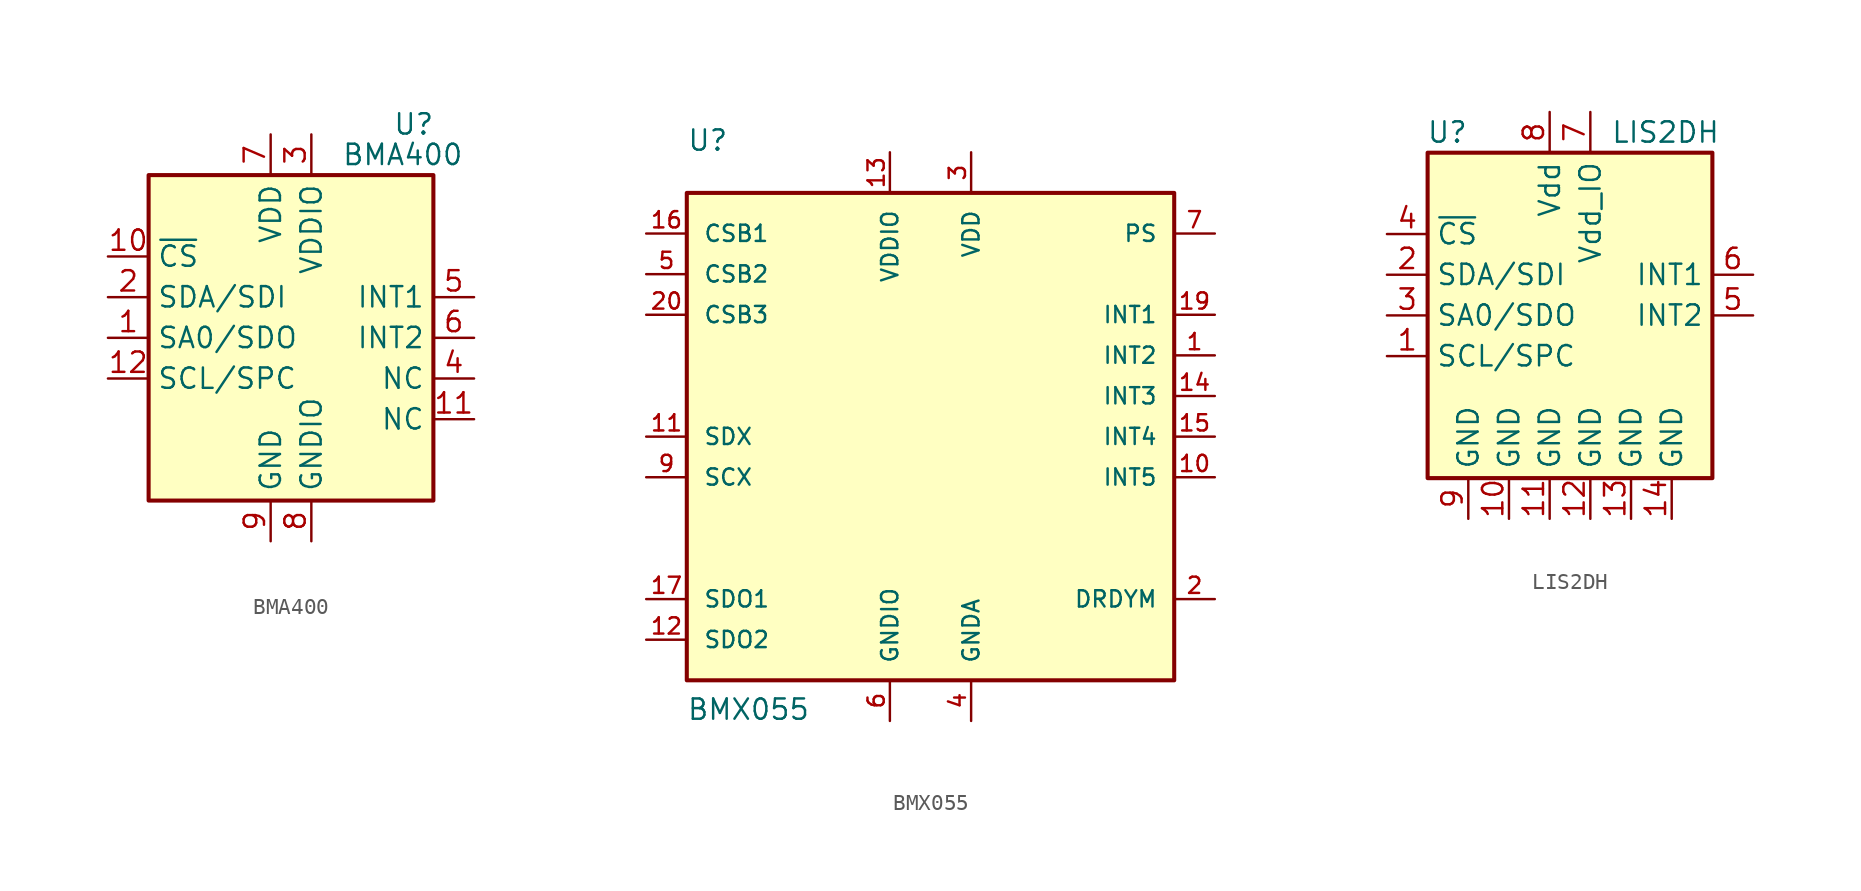
<source format=kicad_sym>
(kicad_symbol_lib
  (version 20211014)
  (generator kicad_symbol_editor)
  (symbol "BMA400"
    (property "Reference" "U"
      (at 6.35 13.335 0)
      (effects (font (size 1.27 1.27)) (justify left)))
    (property "Value" "BMA400"
      (at 10.795 11.43 0)
      (effects (font (size 1.27 1.27)) (justify right)))
    (symbol "BMA400_1_1"
      (rectangle (start -8.89 10.16) (end 8.89 -10.16) (stroke (width 0.254) (type default) (color 0 0 0 0)) (fill (type background)))
      (pin bidirectional line (at -11.43 0 0) (length 2.54) (name "SA0/SDO" (effects (font (size 1.27 1.27)))) (number "1" (effects (font (size 1.27 1.27)))))
      (pin input line (at -11.43 5.08 0) (length 2.54) (name "~{CS}" (effects (font (size 1.27 1.27)))) (number "10" (effects (font (size 1.27 1.27)))))
      (pin passive line (at 11.43 -5.08 180) (length 2.54) (name "NC" (effects (font (size 1.27 1.27)))) (number "11" (effects (font (size 1.27 1.27)))))
      (pin input line (at -11.43 -2.54 0) (length 2.54) (name "SCL/SPC" (effects (font (size 1.27 1.27)))) (number "12" (effects (font (size 1.27 1.27)))))
      (pin bidirectional line (at -11.43 2.54 0) (length 2.54) (name "SDA/SDI" (effects (font (size 1.27 1.27)))) (number "2" (effects (font (size 1.27 1.27)))))
      (pin power_in line (at 1.27 12.7 270) (length 2.54) (name "VDDIO" (effects (font (size 1.27 1.27)))) (number "3" (effects (font (size 1.27 1.27)))))
      (pin passive line (at 11.43 -2.54 180) (length 2.54) (name "NC" (effects (font (size 1.27 1.27)))) (number "4" (effects (font (size 1.27 1.27)))))
      (pin output line (at 11.43 2.54 180) (length 2.54) (name "INT1" (effects (font (size 1.27 1.27)))) (number "5" (effects (font (size 1.27 1.27)))))
      (pin output line (at 11.43 0 180) (length 2.54) (name "INT2" (effects (font (size 1.27 1.27)))) (number "6" (effects (font (size 1.27 1.27)))))
      (pin power_in line (at -1.27 12.7 270) (length 2.54) (name "VDD" (effects (font (size 1.27 1.27)))) (number "7" (effects (font (size 1.27 1.27)))))
      (pin power_in line (at 1.27 -12.7 90) (length 2.54) (name "GNDIO" (effects (font (size 1.27 1.27)))) (number "8" (effects (font (size 1.27 1.27)))))
      (pin power_in line (at -1.27 -12.7 90) (length 2.54) (name "GND" (effects (font (size 1.27 1.27)))) (number "9" (effects (font (size 1.27 1.27)))))))
  (symbol "BMX055"
    (pin_names
      (offset 1.016))
    (property "Reference" "U"
      (at -15.24 17.78 0)
      (effects (font (size 1.27 1.27)) (justify left bottom)))
    (property "Value" "BMX055"
      (at -15.265 -17.805 0)
      (effects (font (size 1.27 1.27)) (justify left bottom)))
    (symbol "BMX055_0_0"
      (rectangle (start -15.24 -15.24) (end 15.24 15.24) (stroke (width 0.254) (type default) (color 0 0 0 0)) (fill (type background)))
      (pin bidirectional line (at 17.78 5.08 180) (length 2.54) (name "INT2" (effects (font (size 1.016 1.016)))) (number "1" (effects (font (size 1.016 1.016)))))
      (pin bidirectional line (at 17.78 -2.54 180) (length 2.54) (name "INT5" (effects (font (size 1.016 1.016)))) (number "10" (effects (font (size 1.016 1.016)))))
      (pin bidirectional line (at -17.78 0 0) (length 2.54) (name "SDX" (effects (font (size 1.016 1.016)))) (number "11" (effects (font (size 1.016 1.016)))))
      (pin bidirectional line (at -17.78 -12.7 0) (length 2.54) (name "SDO2" (effects (font (size 1.016 1.016)))) (number "12" (effects (font (size 1.016 1.016)))))
      (pin bidirectional line (at -2.54 17.78 270) (length 2.54) (name "VDDIO" (effects (font (size 1.016 1.016)))) (number "13" (effects (font (size 1.016 1.016)))))
      (pin bidirectional line (at 17.78 2.54 180) (length 2.54) (name "INT3" (effects (font (size 1.016 1.016)))) (number "14" (effects (font (size 1.016 1.016)))))
      (pin bidirectional line (at 17.78 0 180) (length 2.54) (name "INT4" (effects (font (size 1.016 1.016)))) (number "15" (effects (font (size 1.016 1.016)))))
      (pin bidirectional line (at -17.78 12.7 0) (length 2.54) (name "CSB1" (effects (font (size 1.016 1.016)))) (number "16" (effects (font (size 1.016 1.016)))))
      (pin bidirectional line (at -17.78 -10.16 0) (length 2.54) (name "SDO1" (effects (font (size 1.016 1.016)))) (number "17" (effects (font (size 1.016 1.016)))))
      (pin bidirectional line (at 17.78 7.62 180) (length 2.54) (name "INT1" (effects (font (size 1.016 1.016)))) (number "19" (effects (font (size 1.016 1.016)))))
      (pin bidirectional line (at 17.78 -10.16 180) (length 2.54) (name "DRDYM" (effects (font (size 1.016 1.016)))) (number "2" (effects (font (size 1.016 1.016)))))
      (pin bidirectional line (at -17.78 7.62 0) (length 2.54) (name "CSB3" (effects (font (size 1.016 1.016)))) (number "20" (effects (font (size 1.016 1.016)))))
      (pin bidirectional line (at 2.54 17.78 270) (length 2.54) (name "VDD" (effects (font (size 1.016 1.016)))) (number "3" (effects (font (size 1.016 1.016)))))
      (pin bidirectional line (at 2.54 -17.78 90) (length 2.54) (name "GNDA" (effects (font (size 1.016 1.016)))) (number "4" (effects (font (size 1.016 1.016)))))
      (pin bidirectional line (at -17.78 10.16 0) (length 2.54) (name "CSB2" (effects (font (size 1.016 1.016)))) (number "5" (effects (font (size 1.016 1.016)))))
      (pin bidirectional line (at -2.54 -17.78 90) (length 2.54) (name "GNDIO" (effects (font (size 1.016 1.016)))) (number "6" (effects (font (size 1.016 1.016)))))
      (pin bidirectional line (at 17.78 12.7 180) (length 2.54) (name "PS" (effects (font (size 1.016 1.016)))) (number "7" (effects (font (size 1.016 1.016)))))
      (pin bidirectional line (at -17.78 -2.54 0) (length 2.54) (name "SCX" (effects (font (size 1.016 1.016)))) (number "9" (effects (font (size 1.016 1.016)))))))
  (symbol "LIS2DH"
    (property "Reference" "U"
      (at -5.08 11.43 0)
      (effects (font (size 1.27 1.27)) (justify right)))
    (property "Value" "LIS2DH"
      (at 3.81 11.43 0)
      (effects (font (size 1.27 1.27)) (justify left)))
    (symbol "LIS2DH_0_1"
      (rectangle (start -7.62 10.16) (end 10.16 -10.16) (stroke (width 0.254) (type default) (color 0 0 0 0)) (fill (type background))))
    (symbol "LIS2DH_1_1"
      (pin input line (at -10.16 -2.54 0) (length 2.54) (name "SCL/SPC" (effects (font (size 1.27 1.27)))) (number "1" (effects (font (size 1.27 1.27)))))
      (pin power_in line (at -2.54 -12.7 90) (length 2.54) (name "GND" (effects (font (size 1.27 1.27)))) (number "10" (effects (font (size 1.27 1.27)))))
      (pin power_in line (at 0 -12.7 90) (length 2.54) (name "GND" (effects (font (size 1.27 1.27)))) (number "11" (effects (font (size 1.27 1.27)))))
      (pin power_in line (at 2.54 -12.7 90) (length 2.54) (name "GND" (effects (font (size 1.27 1.27)))) (number "12" (effects (font (size 1.27 1.27)))))
      (pin power_in line (at 5.08 -12.7 90) (length 2.54) (name "GND" (effects (font (size 1.27 1.27)))) (number "13" (effects (font (size 1.27 1.27)))))
      (pin power_in line (at 7.62 -12.7 90) (length 2.54) (name "GND" (effects (font (size 1.27 1.27)))) (number "14" (effects (font (size 1.27 1.27)))))
      (pin bidirectional line (at -10.16 2.54 0) (length 2.54) (name "SDA/SDI" (effects (font (size 1.27 1.27)))) (number "2" (effects (font (size 1.27 1.27)))))
      (pin bidirectional line (at -10.16 0 0) (length 2.54) (name "SA0/SDO" (effects (font (size 1.27 1.27)))) (number "3" (effects (font (size 1.27 1.27)))))
      (pin input line (at -10.16 5.08 0) (length 2.54) (name "~{CS}" (effects (font (size 1.27 1.27)))) (number "4" (effects (font (size 1.27 1.27)))))
      (pin output line (at 12.7 0 180) (length 2.54) (name "INT2" (effects (font (size 1.27 1.27)))) (number "5" (effects (font (size 1.27 1.27)))))
      (pin output line (at 12.7 2.54 180) (length 2.54) (name "INT1" (effects (font (size 1.27 1.27)))) (number "6" (effects (font (size 1.27 1.27)))))
      (pin power_in line (at 2.54 12.7 270) (length 2.54) (name "Vdd_IO" (effects (font (size 1.27 1.27)))) (number "7" (effects (font (size 1.27 1.27)))))
      (pin power_in line (at 0 12.7 270) (length 2.54) (name "Vdd" (effects (font (size 1.27 1.27)))) (number "8" (effects (font (size 1.27 1.27)))))
      (pin power_in line (at -5.08 -12.7 90) (length 2.54) (name "GND" (effects (font (size 1.27 1.27)))) (number "9" (effects (font (size 1.27 1.27))))))))
</source>
